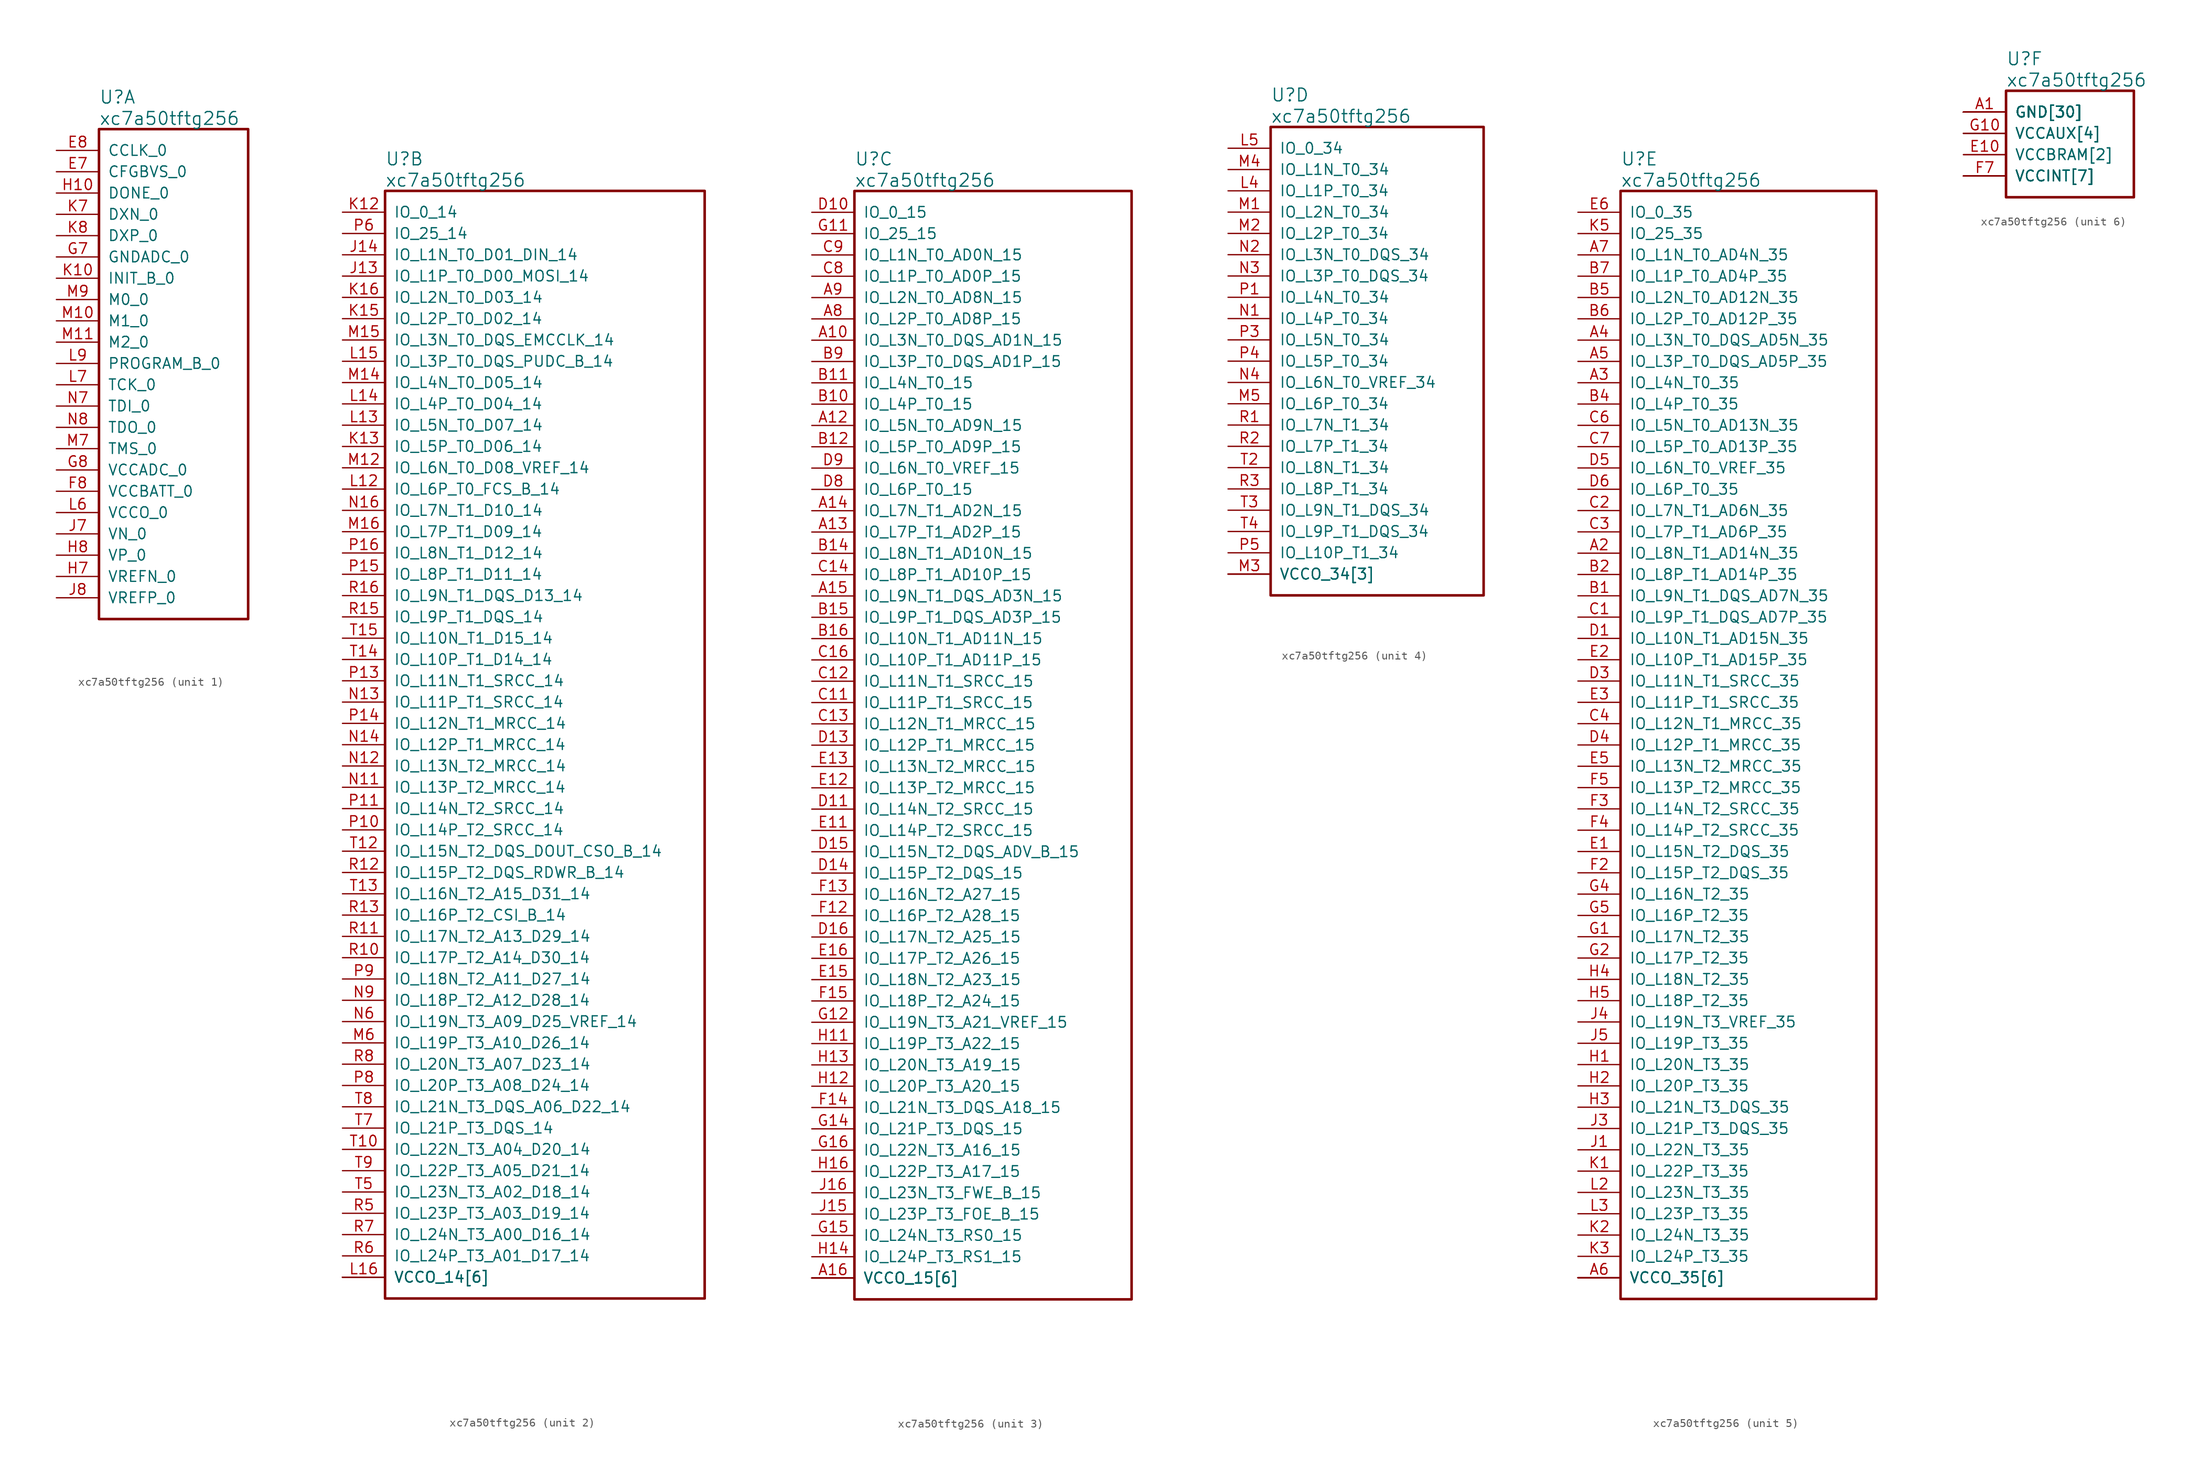
<source format=kicad_sym>
(kicad_symbol_lib
  (version 20220914)
  (generator kicad_symbol_editor)
  (symbol "xc7a50tftg256"
    (pin_names
      (offset 1.016))
    (property "Reference" "U"
      (at 5.08 6.35 0)
      (effects (font (size 1.524 1.524)) (justify left)))
    (property "Value" "xc7a50tftg256"
      (at 5.08 3.81 0)
      (effects (font (size 1.524 1.524)) (justify left)))
    (property "ki_locked" ""
      (at 0 0 0)
      (effects (font (size 1.27 1.27))))
    (symbol "xc7a50tftg256_1_1"
      (rectangle (start 5.08 2.54) (end 22.86 -55.88) (stroke (width 0.305) (type solid)) (fill (type none)))
      (pin input line (at 0 -2.54 0) (length 5.08) (name "CFGBVS_0" (effects (font (size 1.27 1.27)))) (number "E7" (effects (font (size 1.27 1.27)))))
      (pin input line (at 0 0 0) (length 5.08) (name "CCLK_0" (effects (font (size 1.27 1.27)))) (number "E8" (effects (font (size 1.27 1.27)))))
      (pin power_in line (at 0 -40.64 0) (length 5.08) (name "VCCBATT_0" (effects (font (size 1.27 1.27)))) (number "F8" (effects (font (size 1.27 1.27)))))
      (pin power_in line (at 0 -12.7 0) (length 5.08) (name "GNDADC_0" (effects (font (size 1.27 1.27)))) (number "G7" (effects (font (size 1.27 1.27)))))
      (pin power_in line (at 0 -38.1 0) (length 5.08) (name "VCCADC_0" (effects (font (size 1.27 1.27)))) (number "G8" (effects (font (size 1.27 1.27)))))
      (pin output line (at 0 -5.08 0) (length 5.08) (name "DONE_0" (effects (font (size 1.27 1.27)))) (number "H10" (effects (font (size 1.27 1.27)))))
      (pin input line (at 0 -50.8 0) (length 5.08) (name "VREFN_0" (effects (font (size 1.27 1.27)))) (number "H7" (effects (font (size 1.27 1.27)))))
      (pin input line (at 0 -48.26 0) (length 5.08) (name "VP_0" (effects (font (size 1.27 1.27)))) (number "H8" (effects (font (size 1.27 1.27)))))
      (pin input line (at 0 -45.72 0) (length 5.08) (name "VN_0" (effects (font (size 1.27 1.27)))) (number "J7" (effects (font (size 1.27 1.27)))))
      (pin input line (at 0 -53.34 0) (length 5.08) (name "VREFP_0" (effects (font (size 1.27 1.27)))) (number "J8" (effects (font (size 1.27 1.27)))))
      (pin input line (at 0 -15.24 0) (length 5.08) (name "INIT_B_0" (effects (font (size 1.27 1.27)))) (number "K10" (effects (font (size 1.27 1.27)))))
      (pin passive line (at 0 -7.62 0) (length 5.08) (name "DXN_0" (effects (font (size 1.27 1.27)))) (number "K7" (effects (font (size 1.27 1.27)))))
      (pin passive line (at 0 -10.16 0) (length 5.08) (name "DXP_0" (effects (font (size 1.27 1.27)))) (number "K8" (effects (font (size 1.27 1.27)))))
      (pin power_in line (at 0 -43.18 0) (length 5.08) (name "VCCO_0" (effects (font (size 1.27 1.27)))) (number "L6" (effects (font (size 1.27 1.27)))))
      (pin input line (at 0 -27.94 0) (length 5.08) (name "TCK_0" (effects (font (size 1.27 1.27)))) (number "L7" (effects (font (size 1.27 1.27)))))
      (pin input line (at 0 -25.4 0) (length 5.08) (name "PROGRAM_B_0" (effects (font (size 1.27 1.27)))) (number "L9" (effects (font (size 1.27 1.27)))))
      (pin input line (at 0 -20.32 0) (length 5.08) (name "M1_0" (effects (font (size 1.27 1.27)))) (number "M10" (effects (font (size 1.27 1.27)))))
      (pin input line (at 0 -22.86 0) (length 5.08) (name "M2_0" (effects (font (size 1.27 1.27)))) (number "M11" (effects (font (size 1.27 1.27)))))
      (pin input line (at 0 -35.56 0) (length 5.08) (name "TMS_0" (effects (font (size 1.27 1.27)))) (number "M7" (effects (font (size 1.27 1.27)))))
      (pin input line (at 0 -17.78 0) (length 5.08) (name "M0_0" (effects (font (size 1.27 1.27)))) (number "M9" (effects (font (size 1.27 1.27)))))
      (pin input line (at 0 -30.48 0) (length 5.08) (name "TDI_0" (effects (font (size 1.27 1.27)))) (number "N7" (effects (font (size 1.27 1.27)))))
      (pin output line (at 0 -33.02 0) (length 5.08) (name "TDO_0" (effects (font (size 1.27 1.27)))) (number "N8" (effects (font (size 1.27 1.27))))))
    (symbol "xc7a50tftg256_2_1"
      (rectangle (start 5.08 2.54) (end 43.18 -129.54) (stroke (width 0.305) (type solid)) (fill (type none)))
      (pin bidirectional line (at 0 -7.62 0) (length 5.08) (name "IO_L1P_T0_D00_MOSI_14" (effects (font (size 1.27 1.27)))) (number "J13" (effects (font (size 1.27 1.27)))))
      (pin bidirectional line (at 0 -5.08 0) (length 5.08) (name "IO_L1N_T0_D01_DIN_14" (effects (font (size 1.27 1.27)))) (number "J14" (effects (font (size 1.27 1.27)))))
      (pin bidirectional line (at 0 0 0) (length 5.08) (name "IO_0_14" (effects (font (size 1.27 1.27)))) (number "K12" (effects (font (size 1.27 1.27)))))
      (pin bidirectional line (at 0 -27.94 0) (length 5.08) (name "IO_L5P_T0_D06_14" (effects (font (size 1.27 1.27)))) (number "K13" (effects (font (size 1.27 1.27)))))
      (pin bidirectional line (at 0 -12.7 0) (length 5.08) (name "IO_L2P_T0_D02_14" (effects (font (size 1.27 1.27)))) (number "K15" (effects (font (size 1.27 1.27)))))
      (pin bidirectional line (at 0 -10.16 0) (length 5.08) (name "IO_L2N_T0_D03_14" (effects (font (size 1.27 1.27)))) (number "K16" (effects (font (size 1.27 1.27)))))
      (pin bidirectional line (at 0 -33.02 0) (length 5.08) (name "IO_L6P_T0_FCS_B_14" (effects (font (size 1.27 1.27)))) (number "L12" (effects (font (size 1.27 1.27)))))
      (pin bidirectional line (at 0 -25.4 0) (length 5.08) (name "IO_L5N_T0_D07_14" (effects (font (size 1.27 1.27)))) (number "L13" (effects (font (size 1.27 1.27)))))
      (pin bidirectional line (at 0 -22.86 0) (length 5.08) (name "IO_L4P_T0_D04_14" (effects (font (size 1.27 1.27)))) (number "L14" (effects (font (size 1.27 1.27)))))
      (pin bidirectional line (at 0 -17.78 0) (length 5.08) (name "IO_L3P_T0_DQS_PUDC_B_14" (effects (font (size 1.27 1.27)))) (number "L15" (effects (font (size 1.27 1.27)))))
      (pin power_in line (at 0 -127 0) (length 5.08) (name "VCCO_14[6]" (effects (font (size 1.27 1.27)))) (number "L16" (effects (font (size 1.27 1.27)))))
      (pin bidirectional line (at 0 -30.48 0) (length 5.08) (name "IO_L6N_T0_D08_VREF_14" (effects (font (size 1.27 1.27)))) (number "M12" (effects (font (size 1.27 1.27)))))
      (pin power_in line (at 0 -127 0) (length 5.08) (name "VCCO_14[6]" (effects (font (size 1.27 1.27)))) (number "M13" (effects (font (size 0 0)))))
      (pin bidirectional line (at 0 -20.32 0) (length 5.08) (name "IO_L4N_T0_D05_14" (effects (font (size 1.27 1.27)))) (number "M14" (effects (font (size 1.27 1.27)))))
      (pin bidirectional line (at 0 -15.24 0) (length 5.08) (name "IO_L3N_T0_DQS_EMCCLK_14" (effects (font (size 1.27 1.27)))) (number "M15" (effects (font (size 1.27 1.27)))))
      (pin bidirectional line (at 0 -38.1 0) (length 5.08) (name "IO_L7P_T1_D09_14" (effects (font (size 1.27 1.27)))) (number "M16" (effects (font (size 1.27 1.27)))))
      (pin bidirectional line (at 0 -99.06 0) (length 5.08) (name "IO_L19P_T3_A10_D26_14" (effects (font (size 1.27 1.27)))) (number "M6" (effects (font (size 1.27 1.27)))))
      (pin power_in line (at 0 -127 0) (length 5.08) (name "VCCO_14[6]" (effects (font (size 1.27 1.27)))) (number "N10" (effects (font (size 0 0)))))
      (pin bidirectional line (at 0 -68.58 0) (length 5.08) (name "IO_L13P_T2_MRCC_14" (effects (font (size 1.27 1.27)))) (number "N11" (effects (font (size 1.27 1.27)))))
      (pin bidirectional line (at 0 -66.04 0) (length 5.08) (name "IO_L13N_T2_MRCC_14" (effects (font (size 1.27 1.27)))) (number "N12" (effects (font (size 1.27 1.27)))))
      (pin bidirectional line (at 0 -58.42 0) (length 5.08) (name "IO_L11P_T1_SRCC_14" (effects (font (size 1.27 1.27)))) (number "N13" (effects (font (size 1.27 1.27)))))
      (pin bidirectional line (at 0 -63.5 0) (length 5.08) (name "IO_L12P_T1_MRCC_14" (effects (font (size 1.27 1.27)))) (number "N14" (effects (font (size 1.27 1.27)))))
      (pin bidirectional line (at 0 -35.56 0) (length 5.08) (name "IO_L7N_T1_D10_14" (effects (font (size 1.27 1.27)))) (number "N16" (effects (font (size 1.27 1.27)))))
      (pin bidirectional line (at 0 -96.52 0) (length 5.08) (name "IO_L19N_T3_A09_D25_VREF_14" (effects (font (size 1.27 1.27)))) (number "N6" (effects (font (size 1.27 1.27)))))
      (pin bidirectional line (at 0 -93.98 0) (length 5.08) (name "IO_L18P_T2_A12_D28_14" (effects (font (size 1.27 1.27)))) (number "N9" (effects (font (size 1.27 1.27)))))
      (pin bidirectional line (at 0 -73.66 0) (length 5.08) (name "IO_L14P_T2_SRCC_14" (effects (font (size 1.27 1.27)))) (number "P10" (effects (font (size 1.27 1.27)))))
      (pin bidirectional line (at 0 -71.12 0) (length 5.08) (name "IO_L14N_T2_SRCC_14" (effects (font (size 1.27 1.27)))) (number "P11" (effects (font (size 1.27 1.27)))))
      (pin bidirectional line (at 0 -55.88 0) (length 5.08) (name "IO_L11N_T1_SRCC_14" (effects (font (size 1.27 1.27)))) (number "P13" (effects (font (size 1.27 1.27)))))
      (pin bidirectional line (at 0 -60.96 0) (length 5.08) (name "IO_L12N_T1_MRCC_14" (effects (font (size 1.27 1.27)))) (number "P14" (effects (font (size 1.27 1.27)))))
      (pin bidirectional line (at 0 -43.18 0) (length 5.08) (name "IO_L8P_T1_D11_14" (effects (font (size 1.27 1.27)))) (number "P15" (effects (font (size 1.27 1.27)))))
      (pin bidirectional line (at 0 -40.64 0) (length 5.08) (name "IO_L8N_T1_D12_14" (effects (font (size 1.27 1.27)))) (number "P16" (effects (font (size 1.27 1.27)))))
      (pin bidirectional line (at 0 -2.54 0) (length 5.08) (name "IO_25_14" (effects (font (size 1.27 1.27)))) (number "P6" (effects (font (size 1.27 1.27)))))
      (pin power_in line (at 0 -127 0) (length 5.08) (name "VCCO_14[6]" (effects (font (size 1.27 1.27)))) (number "P7" (effects (font (size 0 0)))))
      (pin bidirectional line (at 0 -104.14 0) (length 5.08) (name "IO_L20P_T3_A08_D24_14" (effects (font (size 1.27 1.27)))) (number "P8" (effects (font (size 1.27 1.27)))))
      (pin bidirectional line (at 0 -91.44 0) (length 5.08) (name "IO_L18N_T2_A11_D27_14" (effects (font (size 1.27 1.27)))) (number "P9" (effects (font (size 1.27 1.27)))))
      (pin bidirectional line (at 0 -88.9 0) (length 5.08) (name "IO_L17P_T2_A14_D30_14" (effects (font (size 1.27 1.27)))) (number "R10" (effects (font (size 1.27 1.27)))))
      (pin bidirectional line (at 0 -86.36 0) (length 5.08) (name "IO_L17N_T2_A13_D29_14" (effects (font (size 1.27 1.27)))) (number "R11" (effects (font (size 1.27 1.27)))))
      (pin bidirectional line (at 0 -78.74 0) (length 5.08) (name "IO_L15P_T2_DQS_RDWR_B_14" (effects (font (size 1.27 1.27)))) (number "R12" (effects (font (size 1.27 1.27)))))
      (pin bidirectional line (at 0 -83.82 0) (length 5.08) (name "IO_L16P_T2_CSI_B_14" (effects (font (size 1.27 1.27)))) (number "R13" (effects (font (size 1.27 1.27)))))
      (pin power_in line (at 0 -127 0) (length 5.08) (name "VCCO_14[6]" (effects (font (size 1.27 1.27)))) (number "R14" (effects (font (size 0 0)))))
      (pin bidirectional line (at 0 -48.26 0) (length 5.08) (name "IO_L9P_T1_DQS_14" (effects (font (size 1.27 1.27)))) (number "R15" (effects (font (size 1.27 1.27)))))
      (pin bidirectional line (at 0 -45.72 0) (length 5.08) (name "IO_L9N_T1_DQS_D13_14" (effects (font (size 1.27 1.27)))) (number "R16" (effects (font (size 1.27 1.27)))))
      (pin bidirectional line (at 0 -119.38 0) (length 5.08) (name "IO_L23P_T3_A03_D19_14" (effects (font (size 1.27 1.27)))) (number "R5" (effects (font (size 1.27 1.27)))))
      (pin bidirectional line (at 0 -124.46 0) (length 5.08) (name "IO_L24P_T3_A01_D17_14" (effects (font (size 1.27 1.27)))) (number "R6" (effects (font (size 1.27 1.27)))))
      (pin bidirectional line (at 0 -121.92 0) (length 5.08) (name "IO_L24N_T3_A00_D16_14" (effects (font (size 1.27 1.27)))) (number "R7" (effects (font (size 1.27 1.27)))))
      (pin bidirectional line (at 0 -101.6 0) (length 5.08) (name "IO_L20N_T3_A07_D23_14" (effects (font (size 1.27 1.27)))) (number "R8" (effects (font (size 1.27 1.27)))))
      (pin bidirectional line (at 0 -111.76 0) (length 5.08) (name "IO_L22N_T3_A04_D20_14" (effects (font (size 1.27 1.27)))) (number "T10" (effects (font (size 1.27 1.27)))))
      (pin power_in line (at 0 -127 0) (length 5.08) (name "VCCO_14[6]" (effects (font (size 1.27 1.27)))) (number "T11" (effects (font (size 0 0)))))
      (pin bidirectional line (at 0 -76.2 0) (length 5.08) (name "IO_L15N_T2_DQS_DOUT_CSO_B_14" (effects (font (size 1.27 1.27)))) (number "T12" (effects (font (size 1.27 1.27)))))
      (pin bidirectional line (at 0 -81.28 0) (length 5.08) (name "IO_L16N_T2_A15_D31_14" (effects (font (size 1.27 1.27)))) (number "T13" (effects (font (size 1.27 1.27)))))
      (pin bidirectional line (at 0 -53.34 0) (length 5.08) (name "IO_L10P_T1_D14_14" (effects (font (size 1.27 1.27)))) (number "T14" (effects (font (size 1.27 1.27)))))
      (pin bidirectional line (at 0 -50.8 0) (length 5.08) (name "IO_L10N_T1_D15_14" (effects (font (size 1.27 1.27)))) (number "T15" (effects (font (size 1.27 1.27)))))
      (pin bidirectional line (at 0 -116.84 0) (length 5.08) (name "IO_L23N_T3_A02_D18_14" (effects (font (size 1.27 1.27)))) (number "T5" (effects (font (size 1.27 1.27)))))
      (pin bidirectional line (at 0 -109.22 0) (length 5.08) (name "IO_L21P_T3_DQS_14" (effects (font (size 1.27 1.27)))) (number "T7" (effects (font (size 1.27 1.27)))))
      (pin bidirectional line (at 0 -106.68 0) (length 5.08) (name "IO_L21N_T3_DQS_A06_D22_14" (effects (font (size 1.27 1.27)))) (number "T8" (effects (font (size 1.27 1.27)))))
      (pin bidirectional line (at 0 -114.3 0) (length 5.08) (name "IO_L22P_T3_A05_D21_14" (effects (font (size 1.27 1.27)))) (number "T9" (effects (font (size 1.27 1.27))))))
    (symbol "xc7a50tftg256_3_1"
      (rectangle (start 5.08 2.54) (end 38.1 -129.54) (stroke (width 0.305) (type solid)) (fill (type none)))
      (pin bidirectional line (at 0 -15.24 0) (length 5.08) (name "IO_L3N_T0_DQS_AD1N_15" (effects (font (size 1.27 1.27)))) (number "A10" (effects (font (size 1.27 1.27)))))
      (pin bidirectional line (at 0 -25.4 0) (length 5.08) (name "IO_L5N_T0_AD9N_15" (effects (font (size 1.27 1.27)))) (number "A12" (effects (font (size 1.27 1.27)))))
      (pin bidirectional line (at 0 -38.1 0) (length 5.08) (name "IO_L7P_T1_AD2P_15" (effects (font (size 1.27 1.27)))) (number "A13" (effects (font (size 1.27 1.27)))))
      (pin bidirectional line (at 0 -35.56 0) (length 5.08) (name "IO_L7N_T1_AD2N_15" (effects (font (size 1.27 1.27)))) (number "A14" (effects (font (size 1.27 1.27)))))
      (pin bidirectional line (at 0 -45.72 0) (length 5.08) (name "IO_L9N_T1_DQS_AD3N_15" (effects (font (size 1.27 1.27)))) (number "A15" (effects (font (size 1.27 1.27)))))
      (pin power_in line (at 0 -127 0) (length 5.08) (name "VCCO_15[6]" (effects (font (size 1.27 1.27)))) (number "A16" (effects (font (size 1.27 1.27)))))
      (pin bidirectional line (at 0 -12.7 0) (length 5.08) (name "IO_L2P_T0_AD8P_15" (effects (font (size 1.27 1.27)))) (number "A8" (effects (font (size 1.27 1.27)))))
      (pin bidirectional line (at 0 -10.16 0) (length 5.08) (name "IO_L2N_T0_AD8N_15" (effects (font (size 1.27 1.27)))) (number "A9" (effects (font (size 1.27 1.27)))))
      (pin bidirectional line (at 0 -22.86 0) (length 5.08) (name "IO_L4P_T0_15" (effects (font (size 1.27 1.27)))) (number "B10" (effects (font (size 1.27 1.27)))))
      (pin bidirectional line (at 0 -20.32 0) (length 5.08) (name "IO_L4N_T0_15" (effects (font (size 1.27 1.27)))) (number "B11" (effects (font (size 1.27 1.27)))))
      (pin bidirectional line (at 0 -27.94 0) (length 5.08) (name "IO_L5P_T0_AD9P_15" (effects (font (size 1.27 1.27)))) (number "B12" (effects (font (size 1.27 1.27)))))
      (pin power_in line (at 0 -127 0) (length 5.08) (name "VCCO_15[6]" (effects (font (size 1.27 1.27)))) (number "B13" (effects (font (size 0 0)))))
      (pin bidirectional line (at 0 -40.64 0) (length 5.08) (name "IO_L8N_T1_AD10N_15" (effects (font (size 1.27 1.27)))) (number "B14" (effects (font (size 1.27 1.27)))))
      (pin bidirectional line (at 0 -48.26 0) (length 5.08) (name "IO_L9P_T1_DQS_AD3P_15" (effects (font (size 1.27 1.27)))) (number "B15" (effects (font (size 1.27 1.27)))))
      (pin bidirectional line (at 0 -50.8 0) (length 5.08) (name "IO_L10N_T1_AD11N_15" (effects (font (size 1.27 1.27)))) (number "B16" (effects (font (size 1.27 1.27)))))
      (pin bidirectional line (at 0 -17.78 0) (length 5.08) (name "IO_L3P_T0_DQS_AD1P_15" (effects (font (size 1.27 1.27)))) (number "B9" (effects (font (size 1.27 1.27)))))
      (pin power_in line (at 0 -127 0) (length 5.08) (name "VCCO_15[6]" (effects (font (size 1.27 1.27)))) (number "C10" (effects (font (size 0 0)))))
      (pin bidirectional line (at 0 -58.42 0) (length 5.08) (name "IO_L11P_T1_SRCC_15" (effects (font (size 1.27 1.27)))) (number "C11" (effects (font (size 1.27 1.27)))))
      (pin bidirectional line (at 0 -55.88 0) (length 5.08) (name "IO_L11N_T1_SRCC_15" (effects (font (size 1.27 1.27)))) (number "C12" (effects (font (size 1.27 1.27)))))
      (pin bidirectional line (at 0 -60.96 0) (length 5.08) (name "IO_L12N_T1_MRCC_15" (effects (font (size 1.27 1.27)))) (number "C13" (effects (font (size 1.27 1.27)))))
      (pin bidirectional line (at 0 -43.18 0) (length 5.08) (name "IO_L8P_T1_AD10P_15" (effects (font (size 1.27 1.27)))) (number "C14" (effects (font (size 1.27 1.27)))))
      (pin bidirectional line (at 0 -53.34 0) (length 5.08) (name "IO_L10P_T1_AD11P_15" (effects (font (size 1.27 1.27)))) (number "C16" (effects (font (size 1.27 1.27)))))
      (pin bidirectional line (at 0 -7.62 0) (length 5.08) (name "IO_L1P_T0_AD0P_15" (effects (font (size 1.27 1.27)))) (number "C8" (effects (font (size 1.27 1.27)))))
      (pin bidirectional line (at 0 -5.08 0) (length 5.08) (name "IO_L1N_T0_AD0N_15" (effects (font (size 1.27 1.27)))) (number "C9" (effects (font (size 1.27 1.27)))))
      (pin bidirectional line (at 0 0 0) (length 5.08) (name "IO_0_15" (effects (font (size 1.27 1.27)))) (number "D10" (effects (font (size 1.27 1.27)))))
      (pin bidirectional line (at 0 -71.12 0) (length 5.08) (name "IO_L14N_T2_SRCC_15" (effects (font (size 1.27 1.27)))) (number "D11" (effects (font (size 1.27 1.27)))))
      (pin bidirectional line (at 0 -63.5 0) (length 5.08) (name "IO_L12P_T1_MRCC_15" (effects (font (size 1.27 1.27)))) (number "D13" (effects (font (size 1.27 1.27)))))
      (pin bidirectional line (at 0 -78.74 0) (length 5.08) (name "IO_L15P_T2_DQS_15" (effects (font (size 1.27 1.27)))) (number "D14" (effects (font (size 1.27 1.27)))))
      (pin bidirectional line (at 0 -76.2 0) (length 5.08) (name "IO_L15N_T2_DQS_ADV_B_15" (effects (font (size 1.27 1.27)))) (number "D15" (effects (font (size 1.27 1.27)))))
      (pin bidirectional line (at 0 -86.36 0) (length 5.08) (name "IO_L17N_T2_A25_15" (effects (font (size 1.27 1.27)))) (number "D16" (effects (font (size 1.27 1.27)))))
      (pin bidirectional line (at 0 -33.02 0) (length 5.08) (name "IO_L6P_T0_15" (effects (font (size 1.27 1.27)))) (number "D8" (effects (font (size 1.27 1.27)))))
      (pin bidirectional line (at 0 -30.48 0) (length 5.08) (name "IO_L6N_T0_VREF_15" (effects (font (size 1.27 1.27)))) (number "D9" (effects (font (size 1.27 1.27)))))
      (pin bidirectional line (at 0 -73.66 0) (length 5.08) (name "IO_L14P_T2_SRCC_15" (effects (font (size 1.27 1.27)))) (number "E11" (effects (font (size 1.27 1.27)))))
      (pin bidirectional line (at 0 -68.58 0) (length 5.08) (name "IO_L13P_T2_MRCC_15" (effects (font (size 1.27 1.27)))) (number "E12" (effects (font (size 1.27 1.27)))))
      (pin bidirectional line (at 0 -66.04 0) (length 5.08) (name "IO_L13N_T2_MRCC_15" (effects (font (size 1.27 1.27)))) (number "E13" (effects (font (size 1.27 1.27)))))
      (pin power_in line (at 0 -127 0) (length 5.08) (name "VCCO_15[6]" (effects (font (size 1.27 1.27)))) (number "E14" (effects (font (size 0 0)))))
      (pin bidirectional line (at 0 -91.44 0) (length 5.08) (name "IO_L18N_T2_A23_15" (effects (font (size 1.27 1.27)))) (number "E15" (effects (font (size 1.27 1.27)))))
      (pin bidirectional line (at 0 -88.9 0) (length 5.08) (name "IO_L17P_T2_A26_15" (effects (font (size 1.27 1.27)))) (number "E16" (effects (font (size 1.27 1.27)))))
      (pin bidirectional line (at 0 -83.82 0) (length 5.08) (name "IO_L16P_T2_A28_15" (effects (font (size 1.27 1.27)))) (number "F12" (effects (font (size 1.27 1.27)))))
      (pin bidirectional line (at 0 -81.28 0) (length 5.08) (name "IO_L16N_T2_A27_15" (effects (font (size 1.27 1.27)))) (number "F13" (effects (font (size 1.27 1.27)))))
      (pin bidirectional line (at 0 -106.68 0) (length 5.08) (name "IO_L21N_T3_DQS_A18_15" (effects (font (size 1.27 1.27)))) (number "F14" (effects (font (size 1.27 1.27)))))
      (pin bidirectional line (at 0 -93.98 0) (length 5.08) (name "IO_L18P_T2_A24_15" (effects (font (size 1.27 1.27)))) (number "F15" (effects (font (size 1.27 1.27)))))
      (pin bidirectional line (at 0 -2.54 0) (length 5.08) (name "IO_25_15" (effects (font (size 1.27 1.27)))) (number "G11" (effects (font (size 1.27 1.27)))))
      (pin bidirectional line (at 0 -96.52 0) (length 5.08) (name "IO_L19N_T3_A21_VREF_15" (effects (font (size 1.27 1.27)))) (number "G12" (effects (font (size 1.27 1.27)))))
      (pin bidirectional line (at 0 -109.22 0) (length 5.08) (name "IO_L21P_T3_DQS_15" (effects (font (size 1.27 1.27)))) (number "G14" (effects (font (size 1.27 1.27)))))
      (pin bidirectional line (at 0 -121.92 0) (length 5.08) (name "IO_L24N_T3_RS0_15" (effects (font (size 1.27 1.27)))) (number "G15" (effects (font (size 1.27 1.27)))))
      (pin bidirectional line (at 0 -111.76 0) (length 5.08) (name "IO_L22N_T3_A16_15" (effects (font (size 1.27 1.27)))) (number "G16" (effects (font (size 1.27 1.27)))))
      (pin bidirectional line (at 0 -99.06 0) (length 5.08) (name "IO_L19P_T3_A22_15" (effects (font (size 1.27 1.27)))) (number "H11" (effects (font (size 1.27 1.27)))))
      (pin bidirectional line (at 0 -104.14 0) (length 5.08) (name "IO_L20P_T3_A20_15" (effects (font (size 1.27 1.27)))) (number "H12" (effects (font (size 1.27 1.27)))))
      (pin bidirectional line (at 0 -101.6 0) (length 5.08) (name "IO_L20N_T3_A19_15" (effects (font (size 1.27 1.27)))) (number "H13" (effects (font (size 1.27 1.27)))))
      (pin bidirectional line (at 0 -124.46 0) (length 5.08) (name "IO_L24P_T3_RS1_15" (effects (font (size 1.27 1.27)))) (number "H14" (effects (font (size 1.27 1.27)))))
      (pin power_in line (at 0 -127 0) (length 5.08) (name "VCCO_15[6]" (effects (font (size 1.27 1.27)))) (number "H15" (effects (font (size 0 0)))))
      (pin bidirectional line (at 0 -114.3 0) (length 5.08) (name "IO_L22P_T3_A17_15" (effects (font (size 1.27 1.27)))) (number "H16" (effects (font (size 1.27 1.27)))))
      (pin power_in line (at 0 -127 0) (length 5.08) (name "VCCO_15[6]" (effects (font (size 1.27 1.27)))) (number "J12" (effects (font (size 0 0)))))
      (pin bidirectional line (at 0 -119.38 0) (length 5.08) (name "IO_L23P_T3_FOE_B_15" (effects (font (size 1.27 1.27)))) (number "J15" (effects (font (size 1.27 1.27)))))
      (pin bidirectional line (at 0 -116.84 0) (length 5.08) (name "IO_L23N_T3_FWE_B_15" (effects (font (size 1.27 1.27)))) (number "J16" (effects (font (size 1.27 1.27))))))
    (symbol "xc7a50tftg256_4_1"
      (rectangle (start 5.08 2.54) (end 30.48 -53.34) (stroke (width 0.305) (type solid)) (fill (type none)))
      (pin bidirectional line (at 0 -5.08 0) (length 5.08) (name "IO_L1P_T0_34" (effects (font (size 1.27 1.27)))) (number "L4" (effects (font (size 1.27 1.27)))))
      (pin bidirectional line (at 0 0 0) (length 5.08) (name "IO_0_34" (effects (font (size 1.27 1.27)))) (number "L5" (effects (font (size 1.27 1.27)))))
      (pin bidirectional line (at 0 -7.62 0) (length 5.08) (name "IO_L2N_T0_34" (effects (font (size 1.27 1.27)))) (number "M1" (effects (font (size 1.27 1.27)))))
      (pin bidirectional line (at 0 -10.16 0) (length 5.08) (name "IO_L2P_T0_34" (effects (font (size 1.27 1.27)))) (number "M2" (effects (font (size 1.27 1.27)))))
      (pin power_in line (at 0 -50.8 0) (length 5.08) (name "VCCO_34[3]" (effects (font (size 1.27 1.27)))) (number "M3" (effects (font (size 1.27 1.27)))))
      (pin bidirectional line (at 0 -2.54 0) (length 5.08) (name "IO_L1N_T0_34" (effects (font (size 1.27 1.27)))) (number "M4" (effects (font (size 1.27 1.27)))))
      (pin bidirectional line (at 0 -30.48 0) (length 5.08) (name "IO_L6P_T0_34" (effects (font (size 1.27 1.27)))) (number "M5" (effects (font (size 1.27 1.27)))))
      (pin bidirectional line (at 0 -20.32 0) (length 5.08) (name "IO_L4P_T0_34" (effects (font (size 1.27 1.27)))) (number "N1" (effects (font (size 1.27 1.27)))))
      (pin bidirectional line (at 0 -12.7 0) (length 5.08) (name "IO_L3N_T0_DQS_34" (effects (font (size 1.27 1.27)))) (number "N2" (effects (font (size 1.27 1.27)))))
      (pin bidirectional line (at 0 -15.24 0) (length 5.08) (name "IO_L3P_T0_DQS_34" (effects (font (size 1.27 1.27)))) (number "N3" (effects (font (size 1.27 1.27)))))
      (pin bidirectional line (at 0 -27.94 0) (length 5.08) (name "IO_L6N_T0_VREF_34" (effects (font (size 1.27 1.27)))) (number "N4" (effects (font (size 1.27 1.27)))))
      (pin bidirectional line (at 0 -17.78 0) (length 5.08) (name "IO_L4N_T0_34" (effects (font (size 1.27 1.27)))) (number "P1" (effects (font (size 1.27 1.27)))))
      (pin bidirectional line (at 0 -22.86 0) (length 5.08) (name "IO_L5N_T0_34" (effects (font (size 1.27 1.27)))) (number "P3" (effects (font (size 1.27 1.27)))))
      (pin bidirectional line (at 0 -25.4 0) (length 5.08) (name "IO_L5P_T0_34" (effects (font (size 1.27 1.27)))) (number "P4" (effects (font (size 1.27 1.27)))))
      (pin bidirectional line (at 0 -48.26 0) (length 5.08) (name "IO_L10P_T1_34" (effects (font (size 1.27 1.27)))) (number "P5" (effects (font (size 1.27 1.27)))))
      (pin bidirectional line (at 0 -33.02 0) (length 5.08) (name "IO_L7N_T1_34" (effects (font (size 1.27 1.27)))) (number "R1" (effects (font (size 1.27 1.27)))))
      (pin bidirectional line (at 0 -35.56 0) (length 5.08) (name "IO_L7P_T1_34" (effects (font (size 1.27 1.27)))) (number "R2" (effects (font (size 1.27 1.27)))))
      (pin bidirectional line (at 0 -40.64 0) (length 5.08) (name "IO_L8P_T1_34" (effects (font (size 1.27 1.27)))) (number "R3" (effects (font (size 1.27 1.27)))))
      (pin power_in line (at 0 -50.8 0) (length 5.08) (name "VCCO_34[3]" (effects (font (size 1.27 1.27)))) (number "R4" (effects (font (size 0 0)))))
      (pin power_in line (at 0 -50.8 0) (length 5.08) (name "VCCO_34[3]" (effects (font (size 1.27 1.27)))) (number "T1" (effects (font (size 0 0)))))
      (pin bidirectional line (at 0 -38.1 0) (length 5.08) (name "IO_L8N_T1_34" (effects (font (size 1.27 1.27)))) (number "T2" (effects (font (size 1.27 1.27)))))
      (pin bidirectional line (at 0 -43.18 0) (length 5.08) (name "IO_L9N_T1_DQS_34" (effects (font (size 1.27 1.27)))) (number "T3" (effects (font (size 1.27 1.27)))))
      (pin bidirectional line (at 0 -45.72 0) (length 5.08) (name "IO_L9P_T1_DQS_34" (effects (font (size 1.27 1.27)))) (number "T4" (effects (font (size 1.27 1.27))))))
    (symbol "xc7a50tftg256_5_1"
      (rectangle (start 5.08 2.54) (end 35.56 -129.54) (stroke (width 0.305) (type solid)) (fill (type none)))
      (pin bidirectional line (at 0 -40.64 0) (length 5.08) (name "IO_L8N_T1_AD14N_35" (effects (font (size 1.27 1.27)))) (number "A2" (effects (font (size 1.27 1.27)))))
      (pin bidirectional line (at 0 -20.32 0) (length 5.08) (name "IO_L4N_T0_35" (effects (font (size 1.27 1.27)))) (number "A3" (effects (font (size 1.27 1.27)))))
      (pin bidirectional line (at 0 -15.24 0) (length 5.08) (name "IO_L3N_T0_DQS_AD5N_35" (effects (font (size 1.27 1.27)))) (number "A4" (effects (font (size 1.27 1.27)))))
      (pin bidirectional line (at 0 -17.78 0) (length 5.08) (name "IO_L3P_T0_DQS_AD5P_35" (effects (font (size 1.27 1.27)))) (number "A5" (effects (font (size 1.27 1.27)))))
      (pin power_in line (at 0 -127 0) (length 5.08) (name "VCCO_35[6]" (effects (font (size 1.27 1.27)))) (number "A6" (effects (font (size 1.27 1.27)))))
      (pin bidirectional line (at 0 -5.08 0) (length 5.08) (name "IO_L1N_T0_AD4N_35" (effects (font (size 1.27 1.27)))) (number "A7" (effects (font (size 1.27 1.27)))))
      (pin bidirectional line (at 0 -45.72 0) (length 5.08) (name "IO_L9N_T1_DQS_AD7N_35" (effects (font (size 1.27 1.27)))) (number "B1" (effects (font (size 1.27 1.27)))))
      (pin bidirectional line (at 0 -43.18 0) (length 5.08) (name "IO_L8P_T1_AD14P_35" (effects (font (size 1.27 1.27)))) (number "B2" (effects (font (size 1.27 1.27)))))
      (pin power_in line (at 0 -127 0) (length 5.08) (name "VCCO_35[6]" (effects (font (size 1.27 1.27)))) (number "B3" (effects (font (size 0 0)))))
      (pin bidirectional line (at 0 -22.86 0) (length 5.08) (name "IO_L4P_T0_35" (effects (font (size 1.27 1.27)))) (number "B4" (effects (font (size 1.27 1.27)))))
      (pin bidirectional line (at 0 -10.16 0) (length 5.08) (name "IO_L2N_T0_AD12N_35" (effects (font (size 1.27 1.27)))) (number "B5" (effects (font (size 1.27 1.27)))))
      (pin bidirectional line (at 0 -12.7 0) (length 5.08) (name "IO_L2P_T0_AD12P_35" (effects (font (size 1.27 1.27)))) (number "B6" (effects (font (size 1.27 1.27)))))
      (pin bidirectional line (at 0 -7.62 0) (length 5.08) (name "IO_L1P_T0_AD4P_35" (effects (font (size 1.27 1.27)))) (number "B7" (effects (font (size 1.27 1.27)))))
      (pin bidirectional line (at 0 -48.26 0) (length 5.08) (name "IO_L9P_T1_DQS_AD7P_35" (effects (font (size 1.27 1.27)))) (number "C1" (effects (font (size 1.27 1.27)))))
      (pin bidirectional line (at 0 -35.56 0) (length 5.08) (name "IO_L7N_T1_AD6N_35" (effects (font (size 1.27 1.27)))) (number "C2" (effects (font (size 1.27 1.27)))))
      (pin bidirectional line (at 0 -38.1 0) (length 5.08) (name "IO_L7P_T1_AD6P_35" (effects (font (size 1.27 1.27)))) (number "C3" (effects (font (size 1.27 1.27)))))
      (pin bidirectional line (at 0 -60.96 0) (length 5.08) (name "IO_L12N_T1_MRCC_35" (effects (font (size 1.27 1.27)))) (number "C4" (effects (font (size 1.27 1.27)))))
      (pin bidirectional line (at 0 -25.4 0) (length 5.08) (name "IO_L5N_T0_AD13N_35" (effects (font (size 1.27 1.27)))) (number "C6" (effects (font (size 1.27 1.27)))))
      (pin bidirectional line (at 0 -27.94 0) (length 5.08) (name "IO_L5P_T0_AD13P_35" (effects (font (size 1.27 1.27)))) (number "C7" (effects (font (size 1.27 1.27)))))
      (pin bidirectional line (at 0 -50.8 0) (length 5.08) (name "IO_L10N_T1_AD15N_35" (effects (font (size 1.27 1.27)))) (number "D1" (effects (font (size 1.27 1.27)))))
      (pin bidirectional line (at 0 -55.88 0) (length 5.08) (name "IO_L11N_T1_SRCC_35" (effects (font (size 1.27 1.27)))) (number "D3" (effects (font (size 1.27 1.27)))))
      (pin bidirectional line (at 0 -63.5 0) (length 5.08) (name "IO_L12P_T1_MRCC_35" (effects (font (size 1.27 1.27)))) (number "D4" (effects (font (size 1.27 1.27)))))
      (pin bidirectional line (at 0 -30.48 0) (length 5.08) (name "IO_L6N_T0_VREF_35" (effects (font (size 1.27 1.27)))) (number "D5" (effects (font (size 1.27 1.27)))))
      (pin bidirectional line (at 0 -33.02 0) (length 5.08) (name "IO_L6P_T0_35" (effects (font (size 1.27 1.27)))) (number "D6" (effects (font (size 1.27 1.27)))))
      (pin power_in line (at 0 -127 0) (length 5.08) (name "VCCO_35[6]" (effects (font (size 1.27 1.27)))) (number "D7" (effects (font (size 0 0)))))
      (pin bidirectional line (at 0 -76.2 0) (length 5.08) (name "IO_L15N_T2_DQS_35" (effects (font (size 1.27 1.27)))) (number "E1" (effects (font (size 1.27 1.27)))))
      (pin bidirectional line (at 0 -53.34 0) (length 5.08) (name "IO_L10P_T1_AD15P_35" (effects (font (size 1.27 1.27)))) (number "E2" (effects (font (size 1.27 1.27)))))
      (pin bidirectional line (at 0 -58.42 0) (length 5.08) (name "IO_L11P_T1_SRCC_35" (effects (font (size 1.27 1.27)))) (number "E3" (effects (font (size 1.27 1.27)))))
      (pin power_in line (at 0 -127 0) (length 5.08) (name "VCCO_35[6]" (effects (font (size 1.27 1.27)))) (number "E4" (effects (font (size 0 0)))))
      (pin bidirectional line (at 0 -66.04 0) (length 5.08) (name "IO_L13N_T2_MRCC_35" (effects (font (size 1.27 1.27)))) (number "E5" (effects (font (size 1.27 1.27)))))
      (pin bidirectional line (at 0 0 0) (length 5.08) (name "IO_0_35" (effects (font (size 1.27 1.27)))) (number "E6" (effects (font (size 1.27 1.27)))))
      (pin power_in line (at 0 -127 0) (length 5.08) (name "VCCO_35[6]" (effects (font (size 1.27 1.27)))) (number "F1" (effects (font (size 0 0)))))
      (pin bidirectional line (at 0 -78.74 0) (length 5.08) (name "IO_L15P_T2_DQS_35" (effects (font (size 1.27 1.27)))) (number "F2" (effects (font (size 1.27 1.27)))))
      (pin bidirectional line (at 0 -71.12 0) (length 5.08) (name "IO_L14N_T2_SRCC_35" (effects (font (size 1.27 1.27)))) (number "F3" (effects (font (size 1.27 1.27)))))
      (pin bidirectional line (at 0 -73.66 0) (length 5.08) (name "IO_L14P_T2_SRCC_35" (effects (font (size 1.27 1.27)))) (number "F4" (effects (font (size 1.27 1.27)))))
      (pin bidirectional line (at 0 -68.58 0) (length 5.08) (name "IO_L13P_T2_MRCC_35" (effects (font (size 1.27 1.27)))) (number "F5" (effects (font (size 1.27 1.27)))))
      (pin bidirectional line (at 0 -86.36 0) (length 5.08) (name "IO_L17N_T2_35" (effects (font (size 1.27 1.27)))) (number "G1" (effects (font (size 1.27 1.27)))))
      (pin bidirectional line (at 0 -88.9 0) (length 5.08) (name "IO_L17P_T2_35" (effects (font (size 1.27 1.27)))) (number "G2" (effects (font (size 1.27 1.27)))))
      (pin bidirectional line (at 0 -81.28 0) (length 5.08) (name "IO_L16N_T2_35" (effects (font (size 1.27 1.27)))) (number "G4" (effects (font (size 1.27 1.27)))))
      (pin bidirectional line (at 0 -83.82 0) (length 5.08) (name "IO_L16P_T2_35" (effects (font (size 1.27 1.27)))) (number "G5" (effects (font (size 1.27 1.27)))))
      (pin bidirectional line (at 0 -101.6 0) (length 5.08) (name "IO_L20N_T3_35" (effects (font (size 1.27 1.27)))) (number "H1" (effects (font (size 1.27 1.27)))))
      (pin bidirectional line (at 0 -104.14 0) (length 5.08) (name "IO_L20P_T3_35" (effects (font (size 1.27 1.27)))) (number "H2" (effects (font (size 1.27 1.27)))))
      (pin bidirectional line (at 0 -106.68 0) (length 5.08) (name "IO_L21N_T3_DQS_35" (effects (font (size 1.27 1.27)))) (number "H3" (effects (font (size 1.27 1.27)))))
      (pin bidirectional line (at 0 -91.44 0) (length 5.08) (name "IO_L18N_T2_35" (effects (font (size 1.27 1.27)))) (number "H4" (effects (font (size 1.27 1.27)))))
      (pin bidirectional line (at 0 -93.98 0) (length 5.08) (name "IO_L18P_T2_35" (effects (font (size 1.27 1.27)))) (number "H5" (effects (font (size 1.27 1.27)))))
      (pin bidirectional line (at 0 -111.76 0) (length 5.08) (name "IO_L22N_T3_35" (effects (font (size 1.27 1.27)))) (number "J1" (effects (font (size 1.27 1.27)))))
      (pin power_in line (at 0 -127 0) (length 5.08) (name "VCCO_35[6]" (effects (font (size 1.27 1.27)))) (number "J2" (effects (font (size 0 0)))))
      (pin bidirectional line (at 0 -109.22 0) (length 5.08) (name "IO_L21P_T3_DQS_35" (effects (font (size 1.27 1.27)))) (number "J3" (effects (font (size 1.27 1.27)))))
      (pin bidirectional line (at 0 -96.52 0) (length 5.08) (name "IO_L19N_T3_VREF_35" (effects (font (size 1.27 1.27)))) (number "J4" (effects (font (size 1.27 1.27)))))
      (pin bidirectional line (at 0 -99.06 0) (length 5.08) (name "IO_L19P_T3_35" (effects (font (size 1.27 1.27)))) (number "J5" (effects (font (size 1.27 1.27)))))
      (pin bidirectional line (at 0 -114.3 0) (length 5.08) (name "IO_L22P_T3_35" (effects (font (size 1.27 1.27)))) (number "K1" (effects (font (size 1.27 1.27)))))
      (pin bidirectional line (at 0 -121.92 0) (length 5.08) (name "IO_L24N_T3_35" (effects (font (size 1.27 1.27)))) (number "K2" (effects (font (size 1.27 1.27)))))
      (pin bidirectional line (at 0 -124.46 0) (length 5.08) (name "IO_L24P_T3_35" (effects (font (size 1.27 1.27)))) (number "K3" (effects (font (size 1.27 1.27)))))
      (pin bidirectional line (at 0 -2.54 0) (length 5.08) (name "IO_25_35" (effects (font (size 1.27 1.27)))) (number "K5" (effects (font (size 1.27 1.27)))))
      (pin bidirectional line (at 0 -116.84 0) (length 5.08) (name "IO_L23N_T3_35" (effects (font (size 1.27 1.27)))) (number "L2" (effects (font (size 1.27 1.27)))))
      (pin bidirectional line (at 0 -119.38 0) (length 5.08) (name "IO_L23P_T3_35" (effects (font (size 1.27 1.27)))) (number "L3" (effects (font (size 1.27 1.27))))))
    (symbol "xc7a50tftg256_6_1"
      (rectangle (start 5.08 2.54) (end 20.32 -10.16) (stroke (width 0.305) (type solid)) (fill (type none)))
      (pin power_in line (at 0 0 0) (length 5.08) (name "GND[30]" (effects (font (size 1.27 1.27)))) (number "A1" (effects (font (size 1.27 1.27)))))
      (pin power_in line (at 0 0 0) (length 5.08) (name "GND[30]" (effects (font (size 1.27 1.27)))) (number "A11" (effects (font (size 0 0)))))
      (pin power_in line (at 0 0 0) (length 5.08) (name "GND[30]" (effects (font (size 1.27 1.27)))) (number "B8" (effects (font (size 0 0)))))
      (pin power_in line (at 0 0 0) (length 5.08) (name "GND[30]" (effects (font (size 1.27 1.27)))) (number "C15" (effects (font (size 0 0)))))
      (pin power_in line (at 0 0 0) (length 5.08) (name "GND[30]" (effects (font (size 1.27 1.27)))) (number "C5" (effects (font (size 0 0)))))
      (pin power_in line (at 0 0 0) (length 5.08) (name "GND[30]" (effects (font (size 1.27 1.27)))) (number "D12" (effects (font (size 0 0)))))
      (pin power_in line (at 0 0 0) (length 5.08) (name "GND[30]" (effects (font (size 1.27 1.27)))) (number "D2" (effects (font (size 0 0)))))
      (pin power_in line (at 0 -5.08 0) (length 5.08) (name "VCCBRAM[2]" (effects (font (size 1.27 1.27)))) (number "E10" (effects (font (size 1.27 1.27)))))
      (pin power_in line (at 0 0 0) (length 5.08) (name "GND[30]" (effects (font (size 1.27 1.27)))) (number "E9" (effects (font (size 0 0)))))
      (pin power_in line (at 0 0 0) (length 5.08) (name "GND[30]" (effects (font (size 1.27 1.27)))) (number "F10" (effects (font (size 0 0)))))
      (pin power_in line (at 0 -5.08 0) (length 5.08) (name "VCCBRAM[2]" (effects (font (size 1.27 1.27)))) (number "F11" (effects (font (size 0 0)))))
      (pin power_in line (at 0 0 0) (length 5.08) (name "GND[30]" (effects (font (size 1.27 1.27)))) (number "F16" (effects (font (size 0 0)))))
      (pin power_in line (at 0 0 0) (length 5.08) (name "GND[30]" (effects (font (size 1.27 1.27)))) (number "F6" (effects (font (size 0 0)))))
      (pin power_in line (at 0 -7.62 0) (length 5.08) (name "VCCINT[7]" (effects (font (size 1.27 1.27)))) (number "F7" (effects (font (size 1.27 1.27)))))
      (pin power_in line (at 0 -7.62 0) (length 5.08) (name "VCCINT[7]" (effects (font (size 1.27 1.27)))) (number "F9" (effects (font (size 0 0)))))
      (pin power_in line (at 0 -2.54 0) (length 5.08) (name "VCCAUX[4]" (effects (font (size 1.27 1.27)))) (number "G10" (effects (font (size 1.27 1.27)))))
      (pin power_in line (at 0 0 0) (length 5.08) (name "GND[30]" (effects (font (size 1.27 1.27)))) (number "G13" (effects (font (size 0 0)))))
      (pin power_in line (at 0 0 0) (length 5.08) (name "GND[30]" (effects (font (size 1.27 1.27)))) (number "G3" (effects (font (size 0 0)))))
      (pin power_in line (at 0 -7.62 0) (length 5.08) (name "VCCINT[7]" (effects (font (size 1.27 1.27)))) (number "G6" (effects (font (size 0 0)))))
      (pin power_in line (at 0 0 0) (length 5.08) (name "GND[30]" (effects (font (size 1.27 1.27)))) (number "G9" (effects (font (size 0 0)))))
      (pin power_in line (at 0 0 0) (length 5.08) (name "GND[30]" (effects (font (size 1.27 1.27)))) (number "H6" (effects (font (size 0 0)))))
      (pin power_in line (at 0 -7.62 0) (length 5.08) (name "VCCINT[7]" (effects (font (size 1.27 1.27)))) (number "H9" (effects (font (size 0 0)))))
      (pin power_in line (at 0 -2.54 0) (length 5.08) (name "VCCAUX[4]" (effects (font (size 1.27 1.27)))) (number "J10" (effects (font (size 0 0)))))
      (pin power_in line (at 0 0 0) (length 5.08) (name "GND[30]" (effects (font (size 1.27 1.27)))) (number "J11" (effects (font (size 0 0)))))
      (pin power_in line (at 0 -7.62 0) (length 5.08) (name "VCCINT[7]" (effects (font (size 1.27 1.27)))) (number "J6" (effects (font (size 0 0)))))
      (pin power_in line (at 0 0 0) (length 5.08) (name "GND[30]" (effects (font (size 1.27 1.27)))) (number "J9" (effects (font (size 0 0)))))
      (pin power_in line (at 0 -2.54 0) (length 5.08) (name "VCCAUX[4]" (effects (font (size 1.27 1.27)))) (number "K11" (effects (font (size 0 0)))))
      (pin power_in line (at 0 0 0) (length 5.08) (name "GND[30]" (effects (font (size 1.27 1.27)))) (number "K14" (effects (font (size 0 0)))))
      (pin power_in line (at 0 0 0) (length 5.08) (name "GND[30]" (effects (font (size 1.27 1.27)))) (number "K4" (effects (font (size 0 0)))))
      (pin power_in line (at 0 0 0) (length 5.08) (name "GND[30]" (effects (font (size 1.27 1.27)))) (number "K6" (effects (font (size 0 0)))))
      (pin power_in line (at 0 -7.62 0) (length 5.08) (name "VCCINT[7]" (effects (font (size 1.27 1.27)))) (number "K9" (effects (font (size 0 0)))))
      (pin power_in line (at 0 0 0) (length 5.08) (name "GND[30]" (effects (font (size 1.27 1.27)))) (number "L1" (effects (font (size 0 0)))))
      (pin power_in line (at 0 -2.54 0) (length 5.08) (name "VCCAUX[4]" (effects (font (size 1.27 1.27)))) (number "L10" (effects (font (size 0 0)))))
      (pin power_in line (at 0 0 0) (length 5.08) (name "GND[30]" (effects (font (size 1.27 1.27)))) (number "L11" (effects (font (size 0 0)))))
      (pin power_in line (at 0 -7.62 0) (length 5.08) (name "VCCINT[7]" (effects (font (size 1.27 1.27)))) (number "L8" (effects (font (size 0 0)))))
      (pin power_in line (at 0 0 0) (length 5.08) (name "GND[30]" (effects (font (size 1.27 1.27)))) (number "M8" (effects (font (size 0 0)))))
      (pin power_in line (at 0 0 0) (length 5.08) (name "GND[30]" (effects (font (size 1.27 1.27)))) (number "N15" (effects (font (size 0 0)))))
      (pin power_in line (at 0 0 0) (length 5.08) (name "GND[30]" (effects (font (size 1.27 1.27)))) (number "N5" (effects (font (size 0 0)))))
      (pin power_in line (at 0 0 0) (length 5.08) (name "GND[30]" (effects (font (size 1.27 1.27)))) (number "P12" (effects (font (size 0 0)))))
      (pin power_in line (at 0 0 0) (length 5.08) (name "GND[30]" (effects (font (size 1.27 1.27)))) (number "P2" (effects (font (size 0 0)))))
      (pin power_in line (at 0 0 0) (length 5.08) (name "GND[30]" (effects (font (size 1.27 1.27)))) (number "R9" (effects (font (size 0 0)))))
      (pin power_in line (at 0 0 0) (length 5.08) (name "GND[30]" (effects (font (size 1.27 1.27)))) (number "T16" (effects (font (size 0 0)))))
      (pin power_in line (at 0 0 0) (length 5.08) (name "GND[30]" (effects (font (size 1.27 1.27)))) (number "T6" (effects (font (size 0 0))))))))
</source>
